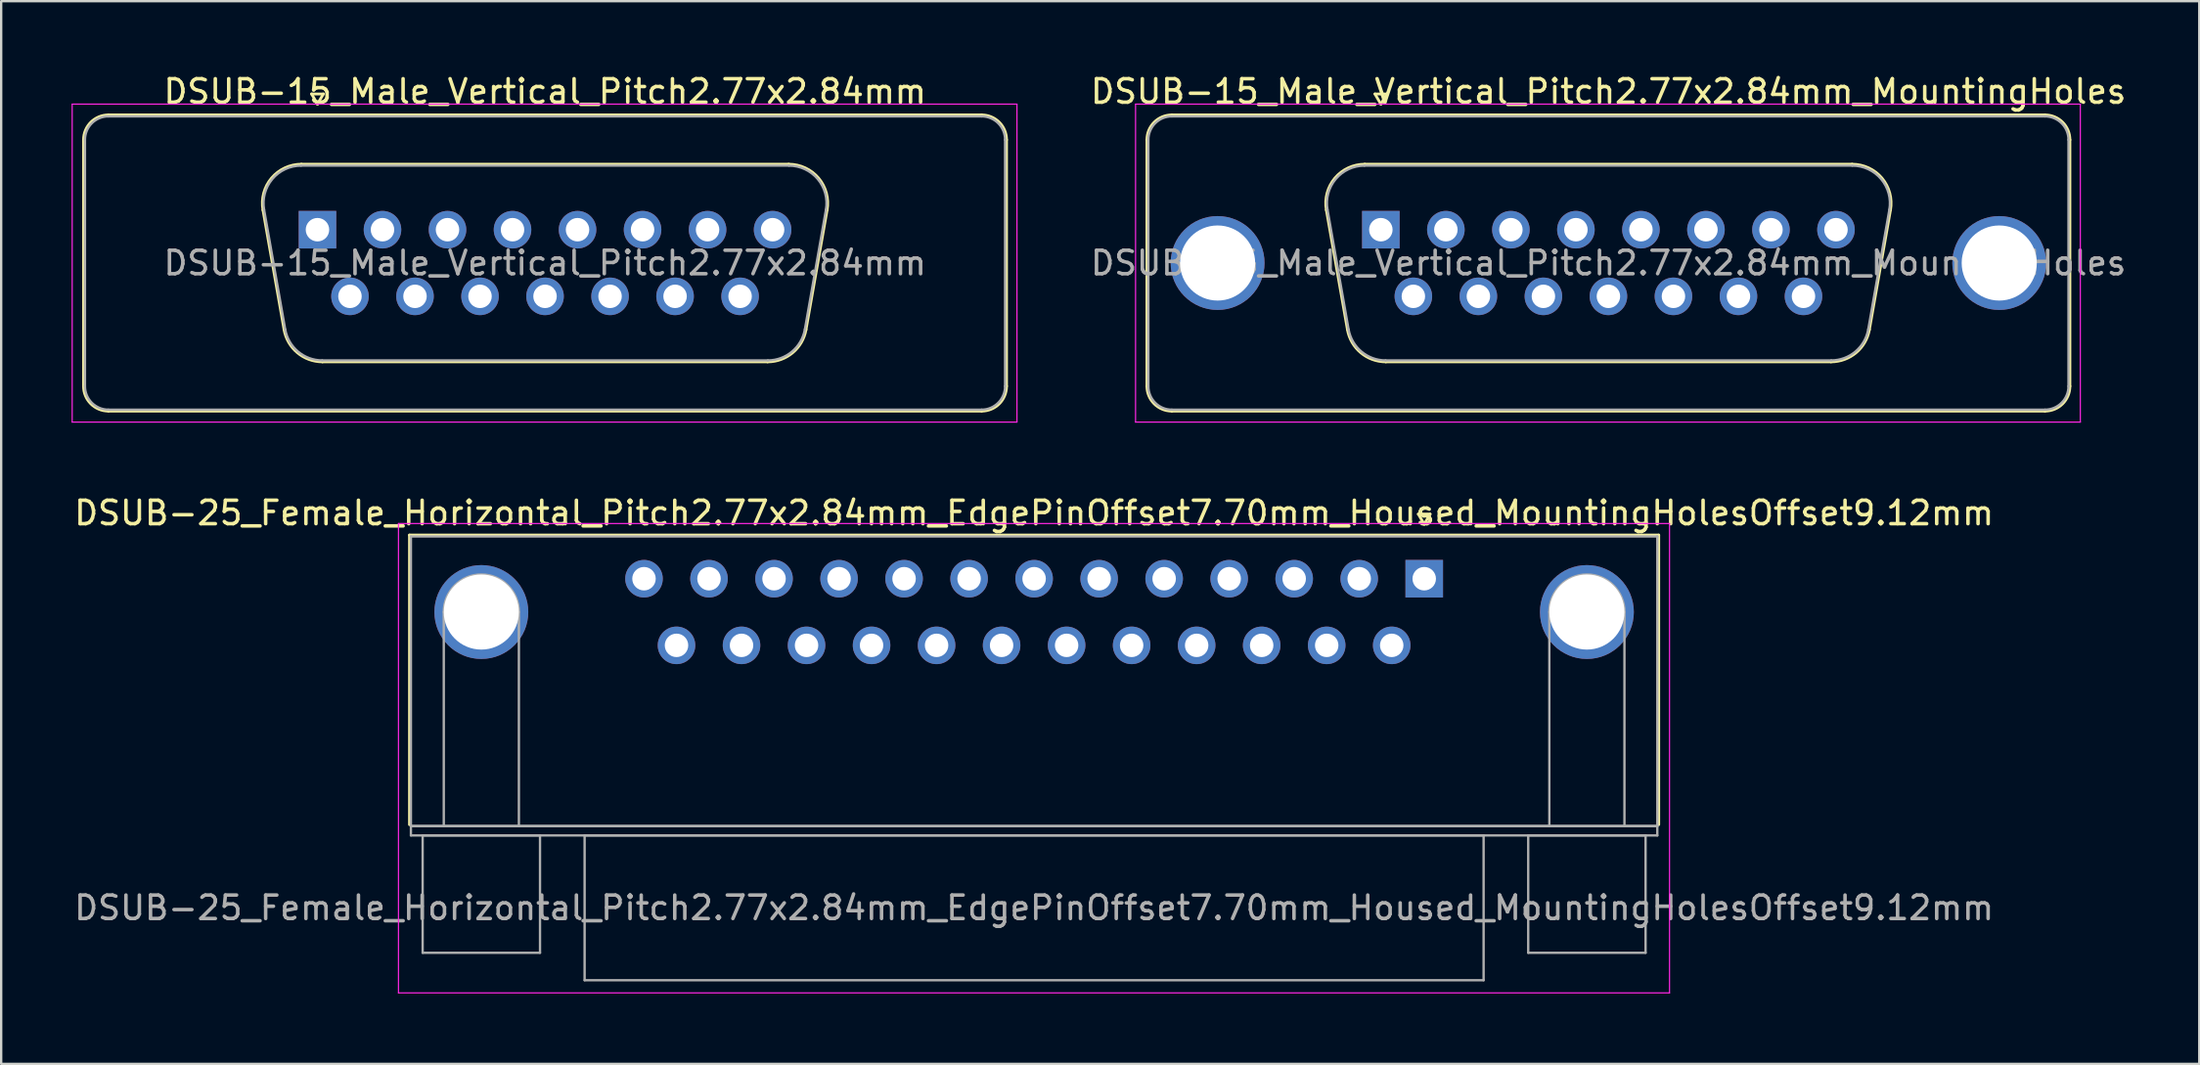
<source format=kicad_pcb>
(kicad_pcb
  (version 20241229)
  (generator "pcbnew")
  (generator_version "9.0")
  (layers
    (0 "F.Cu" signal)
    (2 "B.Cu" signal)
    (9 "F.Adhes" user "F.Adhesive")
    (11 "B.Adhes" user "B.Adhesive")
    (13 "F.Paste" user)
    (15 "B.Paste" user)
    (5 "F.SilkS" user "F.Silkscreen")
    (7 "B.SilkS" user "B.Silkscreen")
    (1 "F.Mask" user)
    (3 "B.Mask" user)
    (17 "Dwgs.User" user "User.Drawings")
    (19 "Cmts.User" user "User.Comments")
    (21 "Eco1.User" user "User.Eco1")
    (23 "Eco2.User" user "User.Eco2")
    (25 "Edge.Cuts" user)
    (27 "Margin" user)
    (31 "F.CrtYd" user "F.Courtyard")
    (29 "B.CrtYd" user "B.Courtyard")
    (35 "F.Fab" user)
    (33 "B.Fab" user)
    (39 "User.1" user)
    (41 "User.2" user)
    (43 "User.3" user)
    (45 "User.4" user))
  (footprint "DSUB-15_Male_Vertical_Pitch2.77x2.84mm"
    (layer "F.Cu")
    (at 10.475 6.738)
    (property "Reference" "DSUB-15_Male_Vertical_Pitch2.77x2.84mm" (at 9.695 -5.89 0) (layer "F.SilkS") (effects (font (size 1 1) (thickness 0.15))))
    (attr through_hole)
    (fp_line (start -9.965 6.67) (end -9.965 -3.83) (stroke (width 0.12) (type solid)) (layer "F.SilkS"))
    (fp_line (start -8.905 -4.89) (end 28.295 -4.89) (stroke (width 0.12) (type solid)) (layer "F.SilkS"))
    (fp_line (start -2.321 -0.842) (end -1.422 4.258) (stroke (width 0.12) (type solid)) (layer "F.SilkS"))
    (fp_line (start -0.687 -2.79) (end 20.077 -2.79) (stroke (width 0.12) (type solid)) (layer "F.SilkS"))
    (fp_line (start -0.25 -5.784) (end 0.25 -5.784) (stroke (width 0.12) (type solid)) (layer "F.SilkS"))
    (fp_line (start 0 -5.351) (end -0.25 -5.784) (stroke (width 0.12) (type solid)) (layer "F.SilkS"))
    (fp_line (start 0.213 5.63) (end 19.177 5.63) (stroke (width 0.12) (type solid)) (layer "F.SilkS"))
    (fp_line (start 0.25 -5.784) (end 0 -5.351) (stroke (width 0.12) (type solid)) (layer "F.SilkS"))
    (fp_line (start 21.711 -0.842) (end 20.812 4.258) (stroke (width 0.12) (type solid)) (layer "F.SilkS"))
    (fp_line (start 28.295 7.73) (end -8.905 7.73) (stroke (width 0.12) (type solid)) (layer "F.SilkS"))
    (fp_line (start 29.355 -3.83) (end 29.355 6.67) (stroke (width 0.12) (type solid)) (layer "F.SilkS"))
    (fp_arc (start -9.965 -3.83) (mid -9.654533 -4.579533) (end -8.905 -4.89) (stroke (width 0.12) (type solid)) (layer "F.SilkS"))
    (fp_arc (start -8.905 7.73) (mid -9.654533 7.419533) (end -9.965 6.67) (stroke (width 0.12) (type solid)) (layer "F.SilkS"))
    (fp_arc (start -2.32147 -0.841744) (mid -1.958323 -2.197028) (end -0.686689 -2.79) (stroke (width 0.12) (type solid)) (layer "F.SilkS"))
    (fp_arc (start 0.212579 5.63) (mid -0.854448 5.241634) (end -1.422202 4.258256) (stroke (width 0.12) (type solid)) (layer "F.SilkS"))
    (fp_arc (start 20.076689 -2.79) (mid 21.348323 -2.197027) (end 21.71147 -0.841744) (stroke (width 0.12) (type solid)) (layer "F.SilkS"))
    (fp_arc (start 20.812202 4.258256) (mid 20.244449 5.241634) (end 19.177421 5.63) (stroke (width 0.12) (type solid)) (layer "F.SilkS"))
    (fp_arc (start 28.295 -4.89) (mid 29.044533 -4.579533) (end 29.355 -3.83) (stroke (width 0.12) (type solid)) (layer "F.SilkS"))
    (fp_arc (start 29.355 6.67) (mid 29.044533 7.419533) (end 28.295 7.73) (stroke (width 0.12) (type solid)) (layer "F.SilkS"))
    (fp_line (start -10.45 -5.35) (end -10.45 8.2) (stroke (width 0.05) (type solid)) (layer "F.CrtYd"))
    (fp_line (start -10.45 8.2) (end 29.8 8.2) (stroke (width 0.05) (type solid)) (layer "F.CrtYd"))
    (fp_line (start 29.8 -5.35) (end -10.45 -5.35) (stroke (width 0.05) (type solid)) (layer "F.CrtYd"))
    (fp_line (start 29.8 8.2) (end 29.8 -5.35) (stroke (width 0.05) (type solid)) (layer "F.CrtYd"))
    (fp_line (start -9.905 6.67) (end -9.905 -3.83) (stroke (width 0.1) (type solid)) (layer "F.Fab"))
    (fp_line (start -8.905 -4.83) (end 28.295 -4.83) (stroke (width 0.1) (type solid)) (layer "F.Fab"))
    (fp_line (start -2.274 -0.852) (end -1.375 4.248) (stroke (width 0.1) (type solid)) (layer "F.Fab"))
    (fp_line (start -0.698 -2.73) (end 20.088 -2.73) (stroke (width 0.1) (type solid)) (layer "F.Fab"))
    (fp_line (start 0.201 5.57) (end 19.189 5.57) (stroke (width 0.1) (type solid)) (layer "F.Fab"))
    (fp_line (start 21.664 -0.852) (end 20.765 4.248) (stroke (width 0.1) (type solid)) (layer "F.Fab"))
    (fp_line (start 28.295 7.67) (end -8.905 7.67) (stroke (width 0.1) (type solid)) (layer "F.Fab"))
    (fp_line (start 29.295 -3.83) (end 29.295 6.67) (stroke (width 0.1) (type solid)) (layer "F.Fab"))
    (fp_arc (start -9.905 -3.83) (mid -9.612107 -4.537107) (end -8.905 -4.83) (stroke (width 0.1) (type solid)) (layer "F.Fab"))
    (fp_arc (start -8.905 7.67) (mid -9.612107 7.377107) (end -9.905 6.67) (stroke (width 0.1) (type solid)) (layer "F.Fab"))
    (fp_arc (start -2.273886 -0.852163) (mid -1.923865 -2.15846) (end -0.698194 -2.73) (stroke (width 0.1) (type solid)) (layer "F.Fab"))
    (fp_arc (start 0.201073 5.57) (mid -0.827387 5.195671) (end -1.374619 4.247837) (stroke (width 0.1) (type solid)) (layer "F.Fab"))
    (fp_arc (start 20.088194 -2.73) (mid 21.313865 -2.15846) (end 21.663886 -0.852163) (stroke (width 0.1) (type solid)) (layer "F.Fab"))
    (fp_arc (start 20.764619 4.247837) (mid 20.217387 5.195671) (end 19.188927 5.57) (stroke (width 0.1) (type solid)) (layer "F.Fab"))
    (fp_arc (start 28.295 -4.83) (mid 29.002107 -4.537107) (end 29.295 -3.83) (stroke (width 0.1) (type solid)) (layer "F.Fab"))
    (fp_arc (start 29.295 6.67) (mid 29.002107 7.377107) (end 28.295 7.67) (stroke (width 0.1) (type solid)) (layer "F.Fab"))
    (fp_text user "${REFERENCE}" (at 9.695 1.42 0) (layer "F.Fab") (effects (font (size 1 1) (thickness 0.15))))
    (pad "1" thru_hole rect (at 0 0) (size 1.6 1.6) (drill 1) (layers "*.Cu" "*.Mask"))
    (pad "2" thru_hole circle (at 2.77 0) (size 1.6 1.6) (drill 1) (layers "*.Cu" "*.Mask"))
    (pad "3" thru_hole circle (at 5.54 0) (size 1.6 1.6) (drill 1) (layers "*.Cu" "*.Mask"))
    (pad "4" thru_hole circle (at 8.31 0) (size 1.6 1.6) (drill 1) (layers "*.Cu" "*.Mask"))
    (pad "5" thru_hole circle (at 11.08 0) (size 1.6 1.6) (drill 1) (layers "*.Cu" "*.Mask"))
    (pad "6" thru_hole circle (at 13.85 0) (size 1.6 1.6) (drill 1) (layers "*.Cu" "*.Mask"))
    (pad "7" thru_hole circle (at 16.62 0) (size 1.6 1.6) (drill 1) (layers "*.Cu" "*.Mask"))
    (pad "8" thru_hole circle (at 19.39 0) (size 1.6 1.6) (drill 1) (layers "*.Cu" "*.Mask"))
    (pad "9" thru_hole circle (at 1.385 2.84) (size 1.6 1.6) (drill 1) (layers "*.Cu" "*.Mask"))
    (pad "10" thru_hole circle (at 4.155 2.84) (size 1.6 1.6) (drill 1) (layers "*.Cu" "*.Mask"))
    (pad "11" thru_hole circle (at 6.925 2.84) (size 1.6 1.6) (drill 1) (layers "*.Cu" "*.Mask"))
    (pad "12" thru_hole circle (at 9.695 2.84) (size 1.6 1.6) (drill 1) (layers "*.Cu" "*.Mask"))
    (pad "13" thru_hole circle (at 12.465 2.84) (size 1.6 1.6) (drill 1) (layers "*.Cu" "*.Mask"))
    (pad "14" thru_hole circle (at 15.235 2.84) (size 1.6 1.6) (drill 1) (layers "*.Cu" "*.Mask"))
    (pad "15" thru_hole circle (at 18.005 2.84) (size 1.6 1.6) (drill 1) (layers "*.Cu" "*.Mask")))
  (footprint "DSUB-25_Female_Horizontal_Pitch2.77x2.84mm_EdgePinOffset7.70mm_Housed_MountingHolesOffset9.12mm"
    (layer "F.Cu")
    (at 57.626 21.611)
    (property "Reference" "DSUB-25_Female_Horizontal_Pitch2.77x2.84mm_EdgePinOffset7.70mm_Housed_MountingHolesOffset9.12mm" (at -16.62 -2.8 0) (layer "F.SilkS") (effects (font (size 1 1) (thickness 0.15))))
    (attr through_hole)
    (fp_line (start -43.23 -1.86) (end 9.99 -1.86) (stroke (width 0.12) (type solid)) (layer "F.SilkS"))
    (fp_line (start -43.23 10.48) (end -43.23 -1.86) (stroke (width 0.12) (type solid)) (layer "F.SilkS"))
    (fp_line (start -0.25 -2.754) (end 0.25 -2.754) (stroke (width 0.12) (type solid)) (layer "F.SilkS"))
    (fp_line (start 0 -2.321) (end -0.25 -2.754) (stroke (width 0.12) (type solid)) (layer "F.SilkS"))
    (fp_line (start 0.25 -2.754) (end 0 -2.321) (stroke (width 0.12) (type solid)) (layer "F.SilkS"))
    (fp_line (start 9.99 -1.86) (end 9.99 10.48) (stroke (width 0.12) (type solid)) (layer "F.SilkS"))
    (fp_line (start -43.7 -2.35) (end -43.7 17.65) (stroke (width 0.05) (type solid)) (layer "F.CrtYd"))
    (fp_line (start -43.7 17.65) (end 10.45 17.65) (stroke (width 0.05) (type solid)) (layer "F.CrtYd"))
    (fp_line (start 10.45 -2.35) (end -43.7 -2.35) (stroke (width 0.05) (type solid)) (layer "F.CrtYd"))
    (fp_line (start 10.45 17.65) (end 10.45 -2.35) (stroke (width 0.05) (type solid)) (layer "F.CrtYd"))
    (fp_line (start -43.17 -1.8) (end -43.17 10.54) (stroke (width 0.1) (type solid)) (layer "F.Fab"))
    (fp_line (start -43.17 10.54) (end -43.17 10.94) (stroke (width 0.1) (type solid)) (layer "F.Fab"))
    (fp_line (start -43.17 10.54) (end 9.93 10.54) (stroke (width 0.1) (type solid)) (layer "F.Fab"))
    (fp_line (start -43.17 10.94) (end 9.93 10.94) (stroke (width 0.1) (type solid)) (layer "F.Fab"))
    (fp_line (start -42.67 10.94) (end -42.67 15.94) (stroke (width 0.1) (type solid)) (layer "F.Fab"))
    (fp_line (start -42.67 15.94) (end -37.67 15.94) (stroke (width 0.1) (type solid)) (layer "F.Fab"))
    (fp_line (start -41.77 10.54) (end -41.77 1.42) (stroke (width 0.1) (type solid)) (layer "F.Fab"))
    (fp_line (start -38.57 10.54) (end -38.57 1.42) (stroke (width 0.1) (type solid)) (layer "F.Fab"))
    (fp_line (start -37.67 10.94) (end -42.67 10.94) (stroke (width 0.1) (type solid)) (layer "F.Fab"))
    (fp_line (start -37.67 15.94) (end -37.67 10.94) (stroke (width 0.1) (type solid)) (layer "F.Fab"))
    (fp_line (start -35.77 10.94) (end -35.77 17.11) (stroke (width 0.1) (type solid)) (layer "F.Fab"))
    (fp_line (start -35.77 17.11) (end 2.53 17.11) (stroke (width 0.1) (type solid)) (layer "F.Fab"))
    (fp_line (start 2.53 10.94) (end -35.77 10.94) (stroke (width 0.1) (type solid)) (layer "F.Fab"))
    (fp_line (start 2.53 17.11) (end 2.53 10.94) (stroke (width 0.1) (type solid)) (layer "F.Fab"))
    (fp_line (start 4.43 10.94) (end 4.43 15.94) (stroke (width 0.1) (type solid)) (layer "F.Fab"))
    (fp_line (start 4.43 15.94) (end 9.43 15.94) (stroke (width 0.1) (type solid)) (layer "F.Fab"))
    (fp_line (start 5.33 10.54) (end 5.33 1.42) (stroke (width 0.1) (type solid)) (layer "F.Fab"))
    (fp_line (start 8.53 10.54) (end 8.53 1.42) (stroke (width 0.1) (type solid)) (layer "F.Fab"))
    (fp_line (start 9.43 10.94) (end 4.43 10.94) (stroke (width 0.1) (type solid)) (layer "F.Fab"))
    (fp_line (start 9.43 15.94) (end 9.43 10.94) (stroke (width 0.1) (type solid)) (layer "F.Fab"))
    (fp_line (start 9.93 -1.8) (end -43.17 -1.8) (stroke (width 0.1) (type solid)) (layer "F.Fab"))
    (fp_line (start 9.93 10.54) (end -43.17 10.54) (stroke (width 0.1) (type solid)) (layer "F.Fab"))
    (fp_line (start 9.93 10.54) (end 9.93 -1.8) (stroke (width 0.1) (type solid)) (layer "F.Fab"))
    (fp_line (start 9.93 10.94) (end 9.93 10.54) (stroke (width 0.1) (type solid)) (layer "F.Fab"))
    (fp_arc (start -41.77 1.42) (mid -40.17 -0.18) (end -38.57 1.42) (stroke (width 0.1) (type solid)) (layer "F.Fab"))
    (fp_arc (start 5.33 1.42) (mid 6.93 -0.18) (end 8.53 1.42) (stroke (width 0.1) (type solid)) (layer "F.Fab"))
    (fp_text user "${REFERENCE}" (at -16.62 14.025 0) (layer "F.Fab") (effects (font (size 1 1) (thickness 0.15))))
    (pad "0" thru_hole circle (at -40.17 1.42) (size 4 4) (drill 3.2) (layers "*.Cu" "*.Mask"))
    (pad "0" thru_hole circle (at 6.93 1.42) (size 4 4) (drill 3.2) (layers "*.Cu" "*.Mask"))
    (pad "1" thru_hole rect (at 0 0) (size 1.6 1.6) (drill 1) (layers "*.Cu" "*.Mask"))
    (pad "2" thru_hole circle (at -2.77 0) (size 1.6 1.6) (drill 1) (layers "*.Cu" "*.Mask"))
    (pad "3" thru_hole circle (at -5.54 0) (size 1.6 1.6) (drill 1) (layers "*.Cu" "*.Mask"))
    (pad "4" thru_hole circle (at -8.31 0) (size 1.6 1.6) (drill 1) (layers "*.Cu" "*.Mask"))
    (pad "5" thru_hole circle (at -11.08 0) (size 1.6 1.6) (drill 1) (layers "*.Cu" "*.Mask"))
    (pad "6" thru_hole circle (at -13.85 0) (size 1.6 1.6) (drill 1) (layers "*.Cu" "*.Mask"))
    (pad "7" thru_hole circle (at -16.62 0) (size 1.6 1.6) (drill 1) (layers "*.Cu" "*.Mask"))
    (pad "8" thru_hole circle (at -19.39 0) (size 1.6 1.6) (drill 1) (layers "*.Cu" "*.Mask"))
    (pad "9" thru_hole circle (at -22.16 0) (size 1.6 1.6) (drill 1) (layers "*.Cu" "*.Mask"))
    (pad "10" thru_hole circle (at -24.93 0) (size 1.6 1.6) (drill 1) (layers "*.Cu" "*.Mask"))
    (pad "11" thru_hole circle (at -27.7 0) (size 1.6 1.6) (drill 1) (layers "*.Cu" "*.Mask"))
    (pad "12" thru_hole circle (at -30.47 0) (size 1.6 1.6) (drill 1) (layers "*.Cu" "*.Mask"))
    (pad "13" thru_hole circle (at -33.24 0) (size 1.6 1.6) (drill 1) (layers "*.Cu" "*.Mask"))
    (pad "14" thru_hole circle (at -1.385 2.84) (size 1.6 1.6) (drill 1) (layers "*.Cu" "*.Mask"))
    (pad "15" thru_hole circle (at -4.155 2.84) (size 1.6 1.6) (drill 1) (layers "*.Cu" "*.Mask"))
    (pad "16" thru_hole circle (at -6.925 2.84) (size 1.6 1.6) (drill 1) (layers "*.Cu" "*.Mask"))
    (pad "17" thru_hole circle (at -9.695 2.84) (size 1.6 1.6) (drill 1) (layers "*.Cu" "*.Mask"))
    (pad "18" thru_hole circle (at -12.465 2.84) (size 1.6 1.6) (drill 1) (layers "*.Cu" "*.Mask"))
    (pad "19" thru_hole circle (at -15.235 2.84) (size 1.6 1.6) (drill 1) (layers "*.Cu" "*.Mask"))
    (pad "20" thru_hole circle (at -18.005 2.84) (size 1.6 1.6) (drill 1) (layers "*.Cu" "*.Mask"))
    (pad "21" thru_hole circle (at -20.775 2.84) (size 1.6 1.6) (drill 1) (layers "*.Cu" "*.Mask"))
    (pad "22" thru_hole circle (at -23.545 2.84) (size 1.6 1.6) (drill 1) (layers "*.Cu" "*.Mask"))
    (pad "23" thru_hole circle (at -26.315 2.84) (size 1.6 1.6) (drill 1) (layers "*.Cu" "*.Mask"))
    (pad "24" thru_hole circle (at -29.085 2.84) (size 1.6 1.6) (drill 1) (layers "*.Cu" "*.Mask"))
    (pad "25" thru_hole circle (at -31.855 2.84) (size 1.6 1.6) (drill 1) (layers "*.Cu" "*.Mask")))
  (footprint "DSUB-15_Male_Vertical_Pitch2.77x2.84mm_MountingHoles"
    (layer "F.Cu")
    (at 55.778 6.738)
    (property "Reference" "DSUB-15_Male_Vertical_Pitch2.77x2.84mm_MountingHoles" (at 9.695 -5.89 0) (layer "F.SilkS") (effects (font (size 1 1) (thickness 0.15))))
    (attr through_hole)
    (fp_line (start -9.965 6.67) (end -9.965 -3.83) (stroke (width 0.12) (type solid)) (layer "F.SilkS"))
    (fp_line (start -8.905 -4.89) (end 28.295 -4.89) (stroke (width 0.12) (type solid)) (layer "F.SilkS"))
    (fp_line (start -2.321 -0.842) (end -1.422 4.258) (stroke (width 0.12) (type solid)) (layer "F.SilkS"))
    (fp_line (start -0.687 -2.79) (end 20.077 -2.79) (stroke (width 0.12) (type solid)) (layer "F.SilkS"))
    (fp_line (start -0.25 -5.784) (end 0.25 -5.784) (stroke (width 0.12) (type solid)) (layer "F.SilkS"))
    (fp_line (start 0 -5.351) (end -0.25 -5.784) (stroke (width 0.12) (type solid)) (layer "F.SilkS"))
    (fp_line (start 0.213 5.63) (end 19.177 5.63) (stroke (width 0.12) (type solid)) (layer "F.SilkS"))
    (fp_line (start 0.25 -5.784) (end 0 -5.351) (stroke (width 0.12) (type solid)) (layer "F.SilkS"))
    (fp_line (start 21.711 -0.842) (end 20.812 4.258) (stroke (width 0.12) (type solid)) (layer "F.SilkS"))
    (fp_line (start 28.295 7.73) (end -8.905 7.73) (stroke (width 0.12) (type solid)) (layer "F.SilkS"))
    (fp_line (start 29.355 -3.83) (end 29.355 6.67) (stroke (width 0.12) (type solid)) (layer "F.SilkS"))
    (fp_arc (start -9.965 -3.83) (mid -9.654533 -4.579533) (end -8.905 -4.89) (stroke (width 0.12) (type solid)) (layer "F.SilkS"))
    (fp_arc (start -8.905 7.73) (mid -9.654533 7.419533) (end -9.965 6.67) (stroke (width 0.12) (type solid)) (layer "F.SilkS"))
    (fp_arc (start -2.32147 -0.841744) (mid -1.958323 -2.197028) (end -0.686689 -2.79) (stroke (width 0.12) (type solid)) (layer "F.SilkS"))
    (fp_arc (start 0.212579 5.63) (mid -0.854448 5.241634) (end -1.422202 4.258256) (stroke (width 0.12) (type solid)) (layer "F.SilkS"))
    (fp_arc (start 20.076689 -2.79) (mid 21.348323 -2.197027) (end 21.71147 -0.841744) (stroke (width 0.12) (type solid)) (layer "F.SilkS"))
    (fp_arc (start 20.812202 4.258256) (mid 20.244449 5.241634) (end 19.177421 5.63) (stroke (width 0.12) (type solid)) (layer "F.SilkS"))
    (fp_arc (start 28.295 -4.89) (mid 29.044533 -4.579533) (end 29.355 -3.83) (stroke (width 0.12) (type solid)) (layer "F.SilkS"))
    (fp_arc (start 29.355 6.67) (mid 29.044533 7.419533) (end 28.295 7.73) (stroke (width 0.12) (type solid)) (layer "F.SilkS"))
    (fp_line (start -10.45 -5.35) (end -10.45 8.2) (stroke (width 0.05) (type solid)) (layer "F.CrtYd"))
    (fp_line (start -10.45 8.2) (end 29.8 8.2) (stroke (width 0.05) (type solid)) (layer "F.CrtYd"))
    (fp_line (start 29.8 -5.35) (end -10.45 -5.35) (stroke (width 0.05) (type solid)) (layer "F.CrtYd"))
    (fp_line (start 29.8 8.2) (end 29.8 -5.35) (stroke (width 0.05) (type solid)) (layer "F.CrtYd"))
    (fp_line (start -9.905 6.67) (end -9.905 -3.83) (stroke (width 0.1) (type solid)) (layer "F.Fab"))
    (fp_line (start -8.905 -4.83) (end 28.295 -4.83) (stroke (width 0.1) (type solid)) (layer "F.Fab"))
    (fp_line (start -2.274 -0.852) (end -1.375 4.248) (stroke (width 0.1) (type solid)) (layer "F.Fab"))
    (fp_line (start -0.698 -2.73) (end 20.088 -2.73) (stroke (width 0.1) (type solid)) (layer "F.Fab"))
    (fp_line (start 0.201 5.57) (end 19.189 5.57) (stroke (width 0.1) (type solid)) (layer "F.Fab"))
    (fp_line (start 21.664 -0.852) (end 20.765 4.248) (stroke (width 0.1) (type solid)) (layer "F.Fab"))
    (fp_line (start 28.295 7.67) (end -8.905 7.67) (stroke (width 0.1) (type solid)) (layer "F.Fab"))
    (fp_line (start 29.295 -3.83) (end 29.295 6.67) (stroke (width 0.1) (type solid)) (layer "F.Fab"))
    (fp_arc (start -9.905 -3.83) (mid -9.612107 -4.537107) (end -8.905 -4.83) (stroke (width 0.1) (type solid)) (layer "F.Fab"))
    (fp_arc (start -8.905 7.67) (mid -9.612107 7.377107) (end -9.905 6.67) (stroke (width 0.1) (type solid)) (layer "F.Fab"))
    (fp_arc (start -2.273886 -0.852163) (mid -1.923865 -2.15846) (end -0.698194 -2.73) (stroke (width 0.1) (type solid)) (layer "F.Fab"))
    (fp_arc (start 0.201073 5.57) (mid -0.827387 5.195671) (end -1.374619 4.247837) (stroke (width 0.1) (type solid)) (layer "F.Fab"))
    (fp_arc (start 20.088194 -2.73) (mid 21.313865 -2.15846) (end 21.663886 -0.852163) (stroke (width 0.1) (type solid)) (layer "F.Fab"))
    (fp_arc (start 20.764619 4.247837) (mid 20.217387 5.195671) (end 19.188927 5.57) (stroke (width 0.1) (type solid)) (layer "F.Fab"))
    (fp_arc (start 28.295 -4.83) (mid 29.002107 -4.537107) (end 29.295 -3.83) (stroke (width 0.1) (type solid)) (layer "F.Fab"))
    (fp_arc (start 29.295 6.67) (mid 29.002107 7.377107) (end 28.295 7.67) (stroke (width 0.1) (type solid)) (layer "F.Fab"))
    (fp_text user "${REFERENCE}" (at 9.695 1.42 0) (layer "F.Fab") (effects (font (size 1 1) (thickness 0.15))))
    (pad "0" thru_hole circle (at -6.955 1.42) (size 4 4) (drill 3.2) (layers "*.Cu" "*.Mask"))
    (pad "0" thru_hole circle (at 26.345 1.42) (size 4 4) (drill 3.2) (layers "*.Cu" "*.Mask"))
    (pad "1" thru_hole rect (at 0 0) (size 1.6 1.6) (drill 1) (layers "*.Cu" "*.Mask"))
    (pad "2" thru_hole circle (at 2.77 0) (size 1.6 1.6) (drill 1) (layers "*.Cu" "*.Mask"))
    (pad "3" thru_hole circle (at 5.54 0) (size 1.6 1.6) (drill 1) (layers "*.Cu" "*.Mask"))
    (pad "4" thru_hole circle (at 8.31 0) (size 1.6 1.6) (drill 1) (layers "*.Cu" "*.Mask"))
    (pad "5" thru_hole circle (at 11.08 0) (size 1.6 1.6) (drill 1) (layers "*.Cu" "*.Mask"))
    (pad "6" thru_hole circle (at 13.85 0) (size 1.6 1.6) (drill 1) (layers "*.Cu" "*.Mask"))
    (pad "7" thru_hole circle (at 16.62 0) (size 1.6 1.6) (drill 1) (layers "*.Cu" "*.Mask"))
    (pad "8" thru_hole circle (at 19.39 0) (size 1.6 1.6) (drill 1) (layers "*.Cu" "*.Mask"))
    (pad "9" thru_hole circle (at 1.385 2.84) (size 1.6 1.6) (drill 1) (layers "*.Cu" "*.Mask"))
    (pad "10" thru_hole circle (at 4.155 2.84) (size 1.6 1.6) (drill 1) (layers "*.Cu" "*.Mask"))
    (pad "11" thru_hole circle (at 6.925 2.84) (size 1.6 1.6) (drill 1) (layers "*.Cu" "*.Mask"))
    (pad "12" thru_hole circle (at 9.695 2.84) (size 1.6 1.6) (drill 1) (layers "*.Cu" "*.Mask"))
    (pad "13" thru_hole circle (at 12.465 2.84) (size 1.6 1.6) (drill 1) (layers "*.Cu" "*.Mask"))
    (pad "14" thru_hole circle (at 15.235 2.84) (size 1.6 1.6) (drill 1) (layers "*.Cu" "*.Mask"))
    (pad "15" thru_hole circle (at 18.005 2.84) (size 1.6 1.6) (drill 1) (layers "*.Cu" "*.Mask")))
  (gr_rect
    (start -3 -3)
    (end 90.645 42.286)
    (stroke (width 0.1) (type default))
    (fill no)
    (layer "Edge.Cuts")))
</source>
